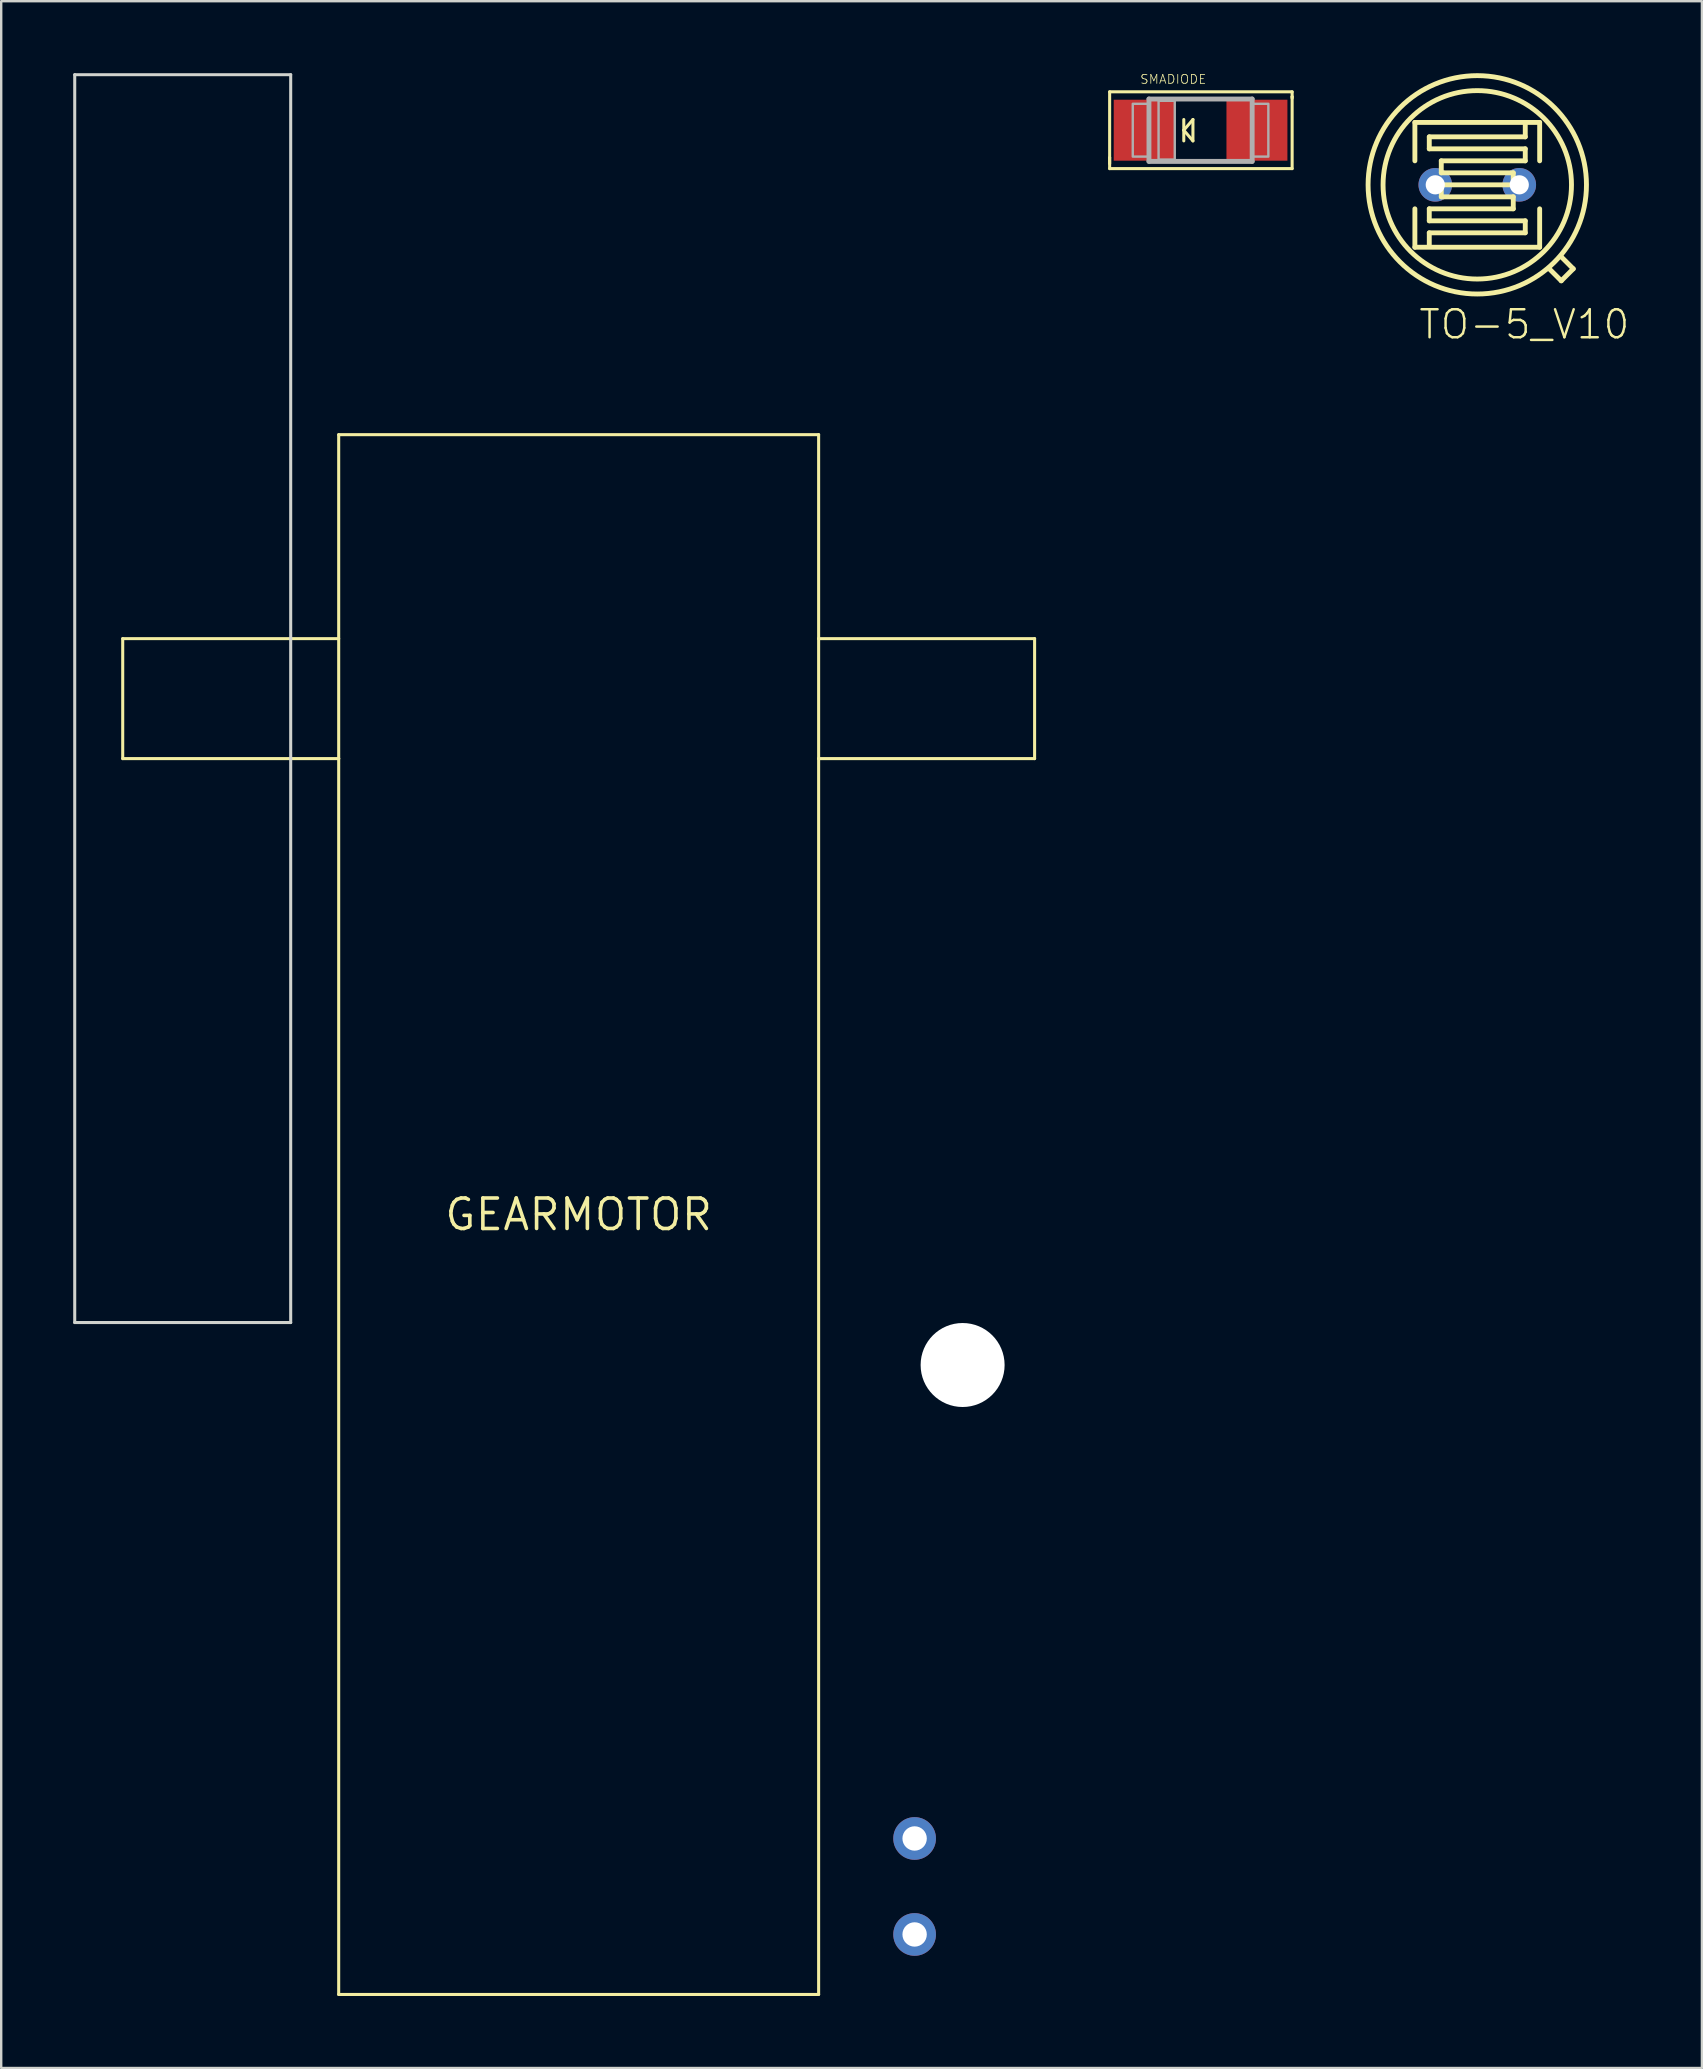
<source format=kicad_pcb>
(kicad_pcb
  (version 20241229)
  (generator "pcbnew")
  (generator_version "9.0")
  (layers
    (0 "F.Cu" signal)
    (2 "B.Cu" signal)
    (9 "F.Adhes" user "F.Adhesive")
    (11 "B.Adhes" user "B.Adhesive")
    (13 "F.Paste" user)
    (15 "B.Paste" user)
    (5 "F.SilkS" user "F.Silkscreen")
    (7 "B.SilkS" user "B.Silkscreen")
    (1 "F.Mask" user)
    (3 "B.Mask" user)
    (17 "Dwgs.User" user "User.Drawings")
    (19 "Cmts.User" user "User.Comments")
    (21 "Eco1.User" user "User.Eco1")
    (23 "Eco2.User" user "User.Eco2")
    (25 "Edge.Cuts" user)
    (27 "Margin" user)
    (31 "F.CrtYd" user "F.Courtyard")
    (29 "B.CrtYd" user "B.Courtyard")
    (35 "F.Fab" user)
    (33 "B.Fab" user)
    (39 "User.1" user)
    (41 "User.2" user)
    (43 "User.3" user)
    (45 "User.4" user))
  (footprint "TO-5_V10"
    (layer "F.Cu")
    (at 58.511 4.652)
    (property "Reference" "TO-5_V10" (at -2.5 6.5 0) (layer "F.SilkS") (effects (font (size 1.168 1.168) (thickness 0.102)) (justify left bottom)))
    (fp_line (start -2.6 -2.6) (end 2.6 -2.6) (stroke (width 0.203) (type solid)) (layer "F.SilkS"))
    (fp_line (start -2.6 -1) (end -2.6 -2.6) (stroke (width 0.203) (type solid)) (layer "F.SilkS"))
    (fp_line (start -2.6 2.6) (end -2.6 1) (stroke (width 0.203) (type solid)) (layer "F.SilkS"))
    (fp_line (start -2 -2) (end -2 -1.5) (stroke (width 0.203) (type solid)) (layer "F.SilkS"))
    (fp_line (start -2 -1.5) (end 2 -1.5) (stroke (width 0.203) (type solid)) (layer "F.SilkS"))
    (fp_line (start -2 1) (end -2 1.5) (stroke (width 0.203) (type solid)) (layer "F.SilkS"))
    (fp_line (start -2 1.5) (end 2 1.5) (stroke (width 0.203) (type solid)) (layer "F.SilkS"))
    (fp_line (start -2 2) (end -2 2.5) (stroke (width 0.203) (type solid)) (layer "F.SilkS"))
    (fp_line (start -1.5 -1) (end -1.5 -0.5) (stroke (width 0.203) (type solid)) (layer "F.SilkS"))
    (fp_line (start -1.5 -0.5) (end 1.5 -0.5) (stroke (width 0.203) (type solid)) (layer "F.SilkS"))
    (fp_line (start -1.5 0) (end -1.5 0.5) (stroke (width 0.203) (type solid)) (layer "F.SilkS"))
    (fp_line (start -1.5 0.5) (end 1.5 0.5) (stroke (width 0.203) (type solid)) (layer "F.SilkS"))
    (fp_line (start 1.5 -0.5) (end 1.5 0) (stroke (width 0.203) (type solid)) (layer "F.SilkS"))
    (fp_line (start 1.5 0) (end -1.5 0) (stroke (width 0.203) (type solid)) (layer "F.SilkS"))
    (fp_line (start 1.5 0.5) (end 1.5 1) (stroke (width 0.203) (type solid)) (layer "F.SilkS"))
    (fp_line (start 1.5 1) (end -2 1) (stroke (width 0.203) (type solid)) (layer "F.SilkS"))
    (fp_line (start 2 -2.5) (end 2 -2) (stroke (width 0.203) (type solid)) (layer "F.SilkS"))
    (fp_line (start 2 -2) (end -2 -2) (stroke (width 0.203) (type solid)) (layer "F.SilkS"))
    (fp_line (start 2 -1.5) (end 2 -1) (stroke (width 0.203) (type solid)) (layer "F.SilkS"))
    (fp_line (start 2 -1) (end -1.5 -1) (stroke (width 0.203) (type solid)) (layer "F.SilkS"))
    (fp_line (start 2 1.5) (end 2 2) (stroke (width 0.203) (type solid)) (layer "F.SilkS"))
    (fp_line (start 2 2) (end -2 2) (stroke (width 0.203) (type solid)) (layer "F.SilkS"))
    (fp_line (start 2.6 -2.6) (end 2.6 -1) (stroke (width 0.203) (type solid)) (layer "F.SilkS"))
    (fp_line (start 2.6 1) (end 2.6 2.6) (stroke (width 0.203) (type solid)) (layer "F.SilkS"))
    (fp_line (start 2.6 2.6) (end -2.6 2.6) (stroke (width 0.203) (type solid)) (layer "F.SilkS"))
    (fp_line (start 3.5 3) (end 4 3.5) (stroke (width 0.203) (type solid)) (layer "F.SilkS"))
    (fp_line (start 3.5 4) (end 3 3.5) (stroke (width 0.203) (type solid)) (layer "F.SilkS"))
    (fp_line (start 4 3.5) (end 3.5 4) (stroke (width 0.203) (type solid)) (layer "F.SilkS"))
    (fp_circle (center 0 0) (end 3.926 0) (stroke (width 0.203) (type solid)) (fill no) (layer "F.SilkS"))
    (fp_circle (center 0 0) (end 4.55 0) (stroke (width 0.203) (type solid)) (fill no) (layer "F.SilkS"))
    (pad "1" thru_hole circle (at -1.75 0) (size 1.4 1.4) (drill 0.8) (layers "*.Cu" "*.Mask"))
    (pad "2" thru_hole circle (at 1.75 0) (size 1.4 1.4) (drill 0.8) (layers "*.Cu" "*.Mask")))
  (footprint "SMADIODE"
    (layer "F.Cu")
    (at 46.98 2.376)
    (property "Reference" "SMADIODE" (at -2.54 -1.905 0) (layer "F.SilkS") (effects (font (size 0.374 0.374) (thickness 0.033)) (justify left bottom)))
    (fp_line (start -3.789 -1.6) (end 3.816 -1.6) (stroke (width 0.127) (type solid)) (layer "F.SilkS"))
    (fp_line (start -3.789 1.146) (end -3.789 -1.6) (stroke (width 0.127) (type solid)) (layer "F.SilkS"))
    (fp_line (start -3.789 1.394) (end -3.789 1.146) (stroke (width 0.127) (type solid)) (layer "F.SilkS"))
    (fp_line (start -3.789 1.6) (end -3.789 1.146) (stroke (width 0.127) (type solid)) (layer "F.SilkS"))
    (fp_line (start -0.699 0) (end -0.318 0.445) (stroke (width 0.127) (type solid)) (layer "F.SilkS"))
    (fp_line (start -0.699 0.445) (end -0.699 -0.445) (stroke (width 0.127) (type solid)) (layer "F.SilkS"))
    (fp_line (start -0.318 -0.445) (end -0.699 0) (stroke (width 0.127) (type solid)) (layer "F.SilkS"))
    (fp_line (start -0.318 0.445) (end -0.318 -0.445) (stroke (width 0.127) (type solid)) (layer "F.SilkS"))
    (fp_line (start 3.816 -1.6) (end 3.816 -1.394) (stroke (width 0.127) (type solid)) (layer "F.SilkS"))
    (fp_line (start 3.816 -1.394) (end 3.816 -1.337) (stroke (width 0.127) (type solid)) (layer "F.SilkS"))
    (fp_line (start 3.816 -1.394) (end 3.816 1.6) (stroke (width 0.127) (type solid)) (layer "F.SilkS"))
    (fp_line (start 3.816 1.6) (end -3.789 1.6) (stroke (width 0.127) (type solid)) (layer "F.SilkS"))
    (fp_line (start -2.15 -1.3) (end 2.15 -1.3) (stroke (width 0.203) (type solid)) (layer "F.Fab"))
    (fp_line (start -2.15 1.3) (end -2.15 -1.3) (stroke (width 0.203) (type solid)) (layer "F.Fab"))
    (fp_line (start 2.15 -1.3) (end 2.15 1.3) (stroke (width 0.203) (type solid)) (layer "F.Fab"))
    (fp_line (start 2.15 1.3) (end -2.15 1.3) (stroke (width 0.203) (type solid)) (layer "F.Fab"))
    (fp_poly (pts (xy -2.825 1.1) (xy -2.175 1.1) (xy -2.175 -1.1) (xy -2.825 -1.1)) (stroke (width 0.1) (type solid)) (fill no) (layer "F.Fab"))
    (fp_poly (pts (xy -1.75 1.225) (xy -1.075 1.225) (xy -1.075 -1.225) (xy -1.75 -1.225)) (stroke (width 0.1) (type solid)) (fill no) (layer "F.Fab"))
    (fp_poly (pts (xy 2.825 -1.1) (xy 2.175 -1.1) (xy 2.175 1.1) (xy 2.825 1.1)) (stroke (width 0.1) (type solid)) (fill no) (layer "F.Fab"))
    (pad "A" smd rect (at 2.349 0 180) (size 2.54 2.54) (layers "F.Cu" "F.Mask" "F.Paste"))
    (pad "C" smd rect (at -2.349 0) (size 2.54 2.54) (layers "F.Cu" "F.Mask" "F.Paste")))
  (footprint "GEARMOTOR"
    (layer "F.Cu")
    (at 21.064 47.563)
    (property "Reference" "GEARMOTOR" (at 0 0 0) (layer "F.SilkS") (effects (font (size 1.27 1.27) (thickness 0.15))))
    (fp_line (start -19 -19) (end -19 -24) (stroke (width 0.127) (type solid)) (layer "F.SilkS"))
    (fp_line (start -19 -19) (end -10 -19) (stroke (width 0.127) (type solid)) (layer "F.SilkS"))
    (fp_line (start -10 -32.5) (end 10 -32.5) (stroke (width 0.127) (type solid)) (layer "F.SilkS"))
    (fp_line (start -10 -24) (end -19 -24) (stroke (width 0.127) (type solid)) (layer "F.SilkS"))
    (fp_line (start -10 -19) (end -10 -32.5) (stroke (width 0.127) (type solid)) (layer "F.SilkS"))
    (fp_line (start -10 32.5) (end -10 -19) (stroke (width 0.127) (type solid)) (layer "F.SilkS"))
    (fp_line (start 10 -32.5) (end 10 -24) (stroke (width 0.127) (type solid)) (layer "F.SilkS"))
    (fp_line (start 10 -24) (end 10 -19) (stroke (width 0.127) (type solid)) (layer "F.SilkS"))
    (fp_line (start 10 -24) (end 19 -24) (stroke (width 0.127) (type solid)) (layer "F.SilkS"))
    (fp_line (start 10 -19) (end 10 32.5) (stroke (width 0.127) (type solid)) (layer "F.SilkS"))
    (fp_line (start 10 32.5) (end -10 32.5) (stroke (width 0.127) (type solid)) (layer "F.SilkS"))
    (fp_line (start 19 -24) (end 19 -19) (stroke (width 0.127) (type solid)) (layer "F.SilkS"))
    (fp_line (start 19 -19) (end 10 -19) (stroke (width 0.127) (type solid)) (layer "F.SilkS"))
    (fp_line (start -21 -47.5) (end -21 4.5) (stroke (width 0.127) (type solid)) (layer "Edge.Cuts"))
    (fp_line (start -21 -47.5) (end -12 -47.5) (stroke (width 0.127) (type solid)) (layer "Edge.Cuts"))
    (fp_line (start -21 4.5) (end -12 4.5) (stroke (width 0.127) (type solid)) (layer "Edge.Cuts"))
    (fp_line (start -12 4.5) (end -12 -47.5) (stroke (width 0.127) (type solid)) (layer "Edge.Cuts"))
    (pad "" np_thru_hole circle (at 16 6.27) (size 3.5 3.5) (drill 3.5) (layers "*.Cu" "*.Mask"))
    (pad "P$1" thru_hole circle (at 14 30) (size 1.778 1.778) (drill 1.016) (layers "*.Cu" "*.Mask"))
    (pad "P$2" thru_hole circle (at 14 26) (size 1.778 1.778) (drill 1.016) (layers "*.Cu" "*.Mask")))
  (gr_rect
    (start -3 -3)
    (end 67.873 83.127)
    (stroke (width 0.1) (type default))
    (fill no)
    (layer "Edge.Cuts")))
</source>
